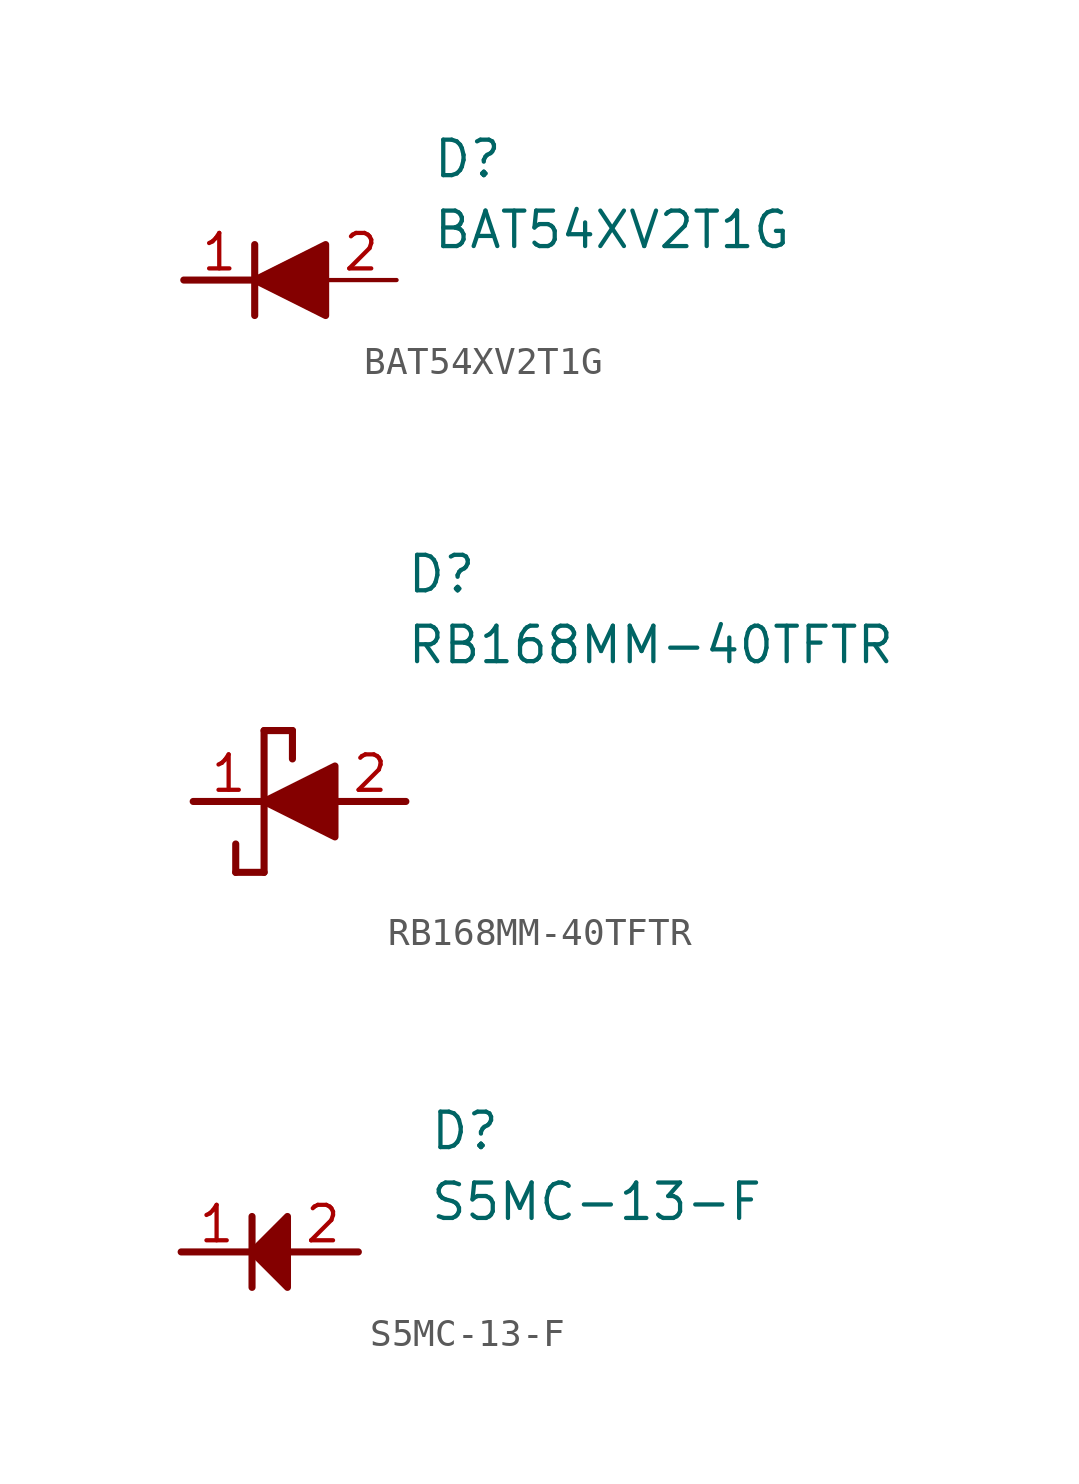
<source format=kicad_sym>
(kicad_symbol_lib
  (version 20241209)
  (generator "kicad_symbol_editor")
  (generator_version "9.0")
  (symbol "BAT54XV2T1G"
    (pin_names
      (hide yes))
    (property "Reference" "D"
      (at 11.43 5.08 0)
      (effects (font (size 1.27 1.27)) (justify left top)))
    (property "Value" "BAT54XV2T1G"
      (at 11.43 2.54 0)
      (effects (font (size 1.27 1.27)) (justify left top)))
    (symbol "BAT54XV2T1G_1_1"
      (polyline (pts (xy 2.54 0) (xy 5.08 0)) (stroke (width 0.254) (type default)) (fill (type none)))
      (polyline (pts (xy 5.08 1.27) (xy 5.08 -1.27)) (stroke (width 0.254) (type default)) (fill (type none)))
      (polyline (pts (xy 5.08 0) (xy 7.62 1.27) (xy 7.62 -1.27) (xy 5.08 0)) (stroke (width 0.254) (type default)) (fill (type outline)))
      (pin passive line (at 2.54 0 0) (length 2.54) (name "K" (effects (font (size 1.27 1.27)))) (number "1" (effects (font (size 1.27 1.27)))))
      (pin passive line (at 10.16 0 180) (length 2.54) (name "A" (effects (font (size 1.27 1.27)))) (number "2" (effects (font (size 1.27 1.27)))))))
  (symbol "RB168MM-40TFTR"
    (pin_names
      (hide yes))
    (property "Reference" "D"
      (at 12.7 8.89 0)
      (effects (font (size 1.27 1.27)) (justify left top)))
    (property "Value" "RB168MM-40TFTR"
      (at 12.7 6.35 0)
      (effects (font (size 1.27 1.27)) (justify left top)))
    (symbol "RB168MM-40TFTR_1_1"
      (polyline (pts (xy 5.08 0) (xy 7.62 0)) (stroke (width 0.254) (type default)) (fill (type none)))
      (polyline (pts (xy 6.604 -1.524) (xy 6.604 -2.54)) (stroke (width 0.254) (type default)) (fill (type none)))
      (polyline (pts (xy 7.62 2.54) (xy 7.62 -2.54)) (stroke (width 0.254) (type default)) (fill (type none)))
      (polyline (pts (xy 7.62 2.54) (xy 8.636 2.54)) (stroke (width 0.254) (type default)) (fill (type none)))
      (polyline (pts (xy 7.62 0) (xy 10.16 1.27) (xy 10.16 -1.27) (xy 7.62 0)) (stroke (width 0.254) (type default)) (fill (type outline)))
      (polyline (pts (xy 7.62 -2.54) (xy 6.604 -2.54)) (stroke (width 0.254) (type default)) (fill (type none)))
      (polyline (pts (xy 8.636 1.524) (xy 8.636 2.54)) (stroke (width 0.254) (type default)) (fill (type none)))
      (polyline (pts (xy 10.16 0) (xy 12.7 0)) (stroke (width 0.254) (type default)) (fill (type none)))
      (pin passive line (at 5.08 0 0) (length 2.54) (name "K" (effects (font (size 1.27 1.27)))) (number "1" (effects (font (size 1.27 1.27)))))
      (pin passive line (at 12.7 0 180) (length 2.54) (name "A" (effects (font (size 1.27 1.27)))) (number "2" (effects (font (size 1.27 1.27)))))))
  (symbol "S5MC-13-F"
    (pin_names
      (hide yes))
    (property "Reference" "D"
      (at 11.43 5.08 0)
      (effects (font (size 1.27 1.27)) (justify left top)))
    (property "Value" "S5MC-13-F"
      (at 11.43 2.54 0)
      (effects (font (size 1.27 1.27)) (justify left top)))
    (symbol "S5MC-13-F_1_1"
      (polyline (pts (xy 2.54 0) (xy 5.08 0)) (stroke (width 0.254) (type default)) (fill (type none)))
      (polyline (pts (xy 5.08 1.27) (xy 5.08 -1.27)) (stroke (width 0.254) (type default)) (fill (type none)))
      (polyline (pts (xy 5.08 0) (xy 6.35 1.27) (xy 6.35 -1.27) (xy 5.08 0)) (stroke (width 0.254) (type default)) (fill (type outline)))
      (polyline (pts (xy 6.35 0) (xy 8.89 0)) (stroke (width 0.254) (type default)) (fill (type none)))
      (pin passive line (at 2.54 0 0) (length 2.54) (name "K" (effects (font (size 1.27 1.27)))) (number "1" (effects (font (size 1.27 1.27)))))
      (pin passive line (at 8.89 0 180) (length 2.54) (name "A" (effects (font (size 1.27 1.27)))) (number "2" (effects (font (size 1.27 1.27))))))))
</source>
